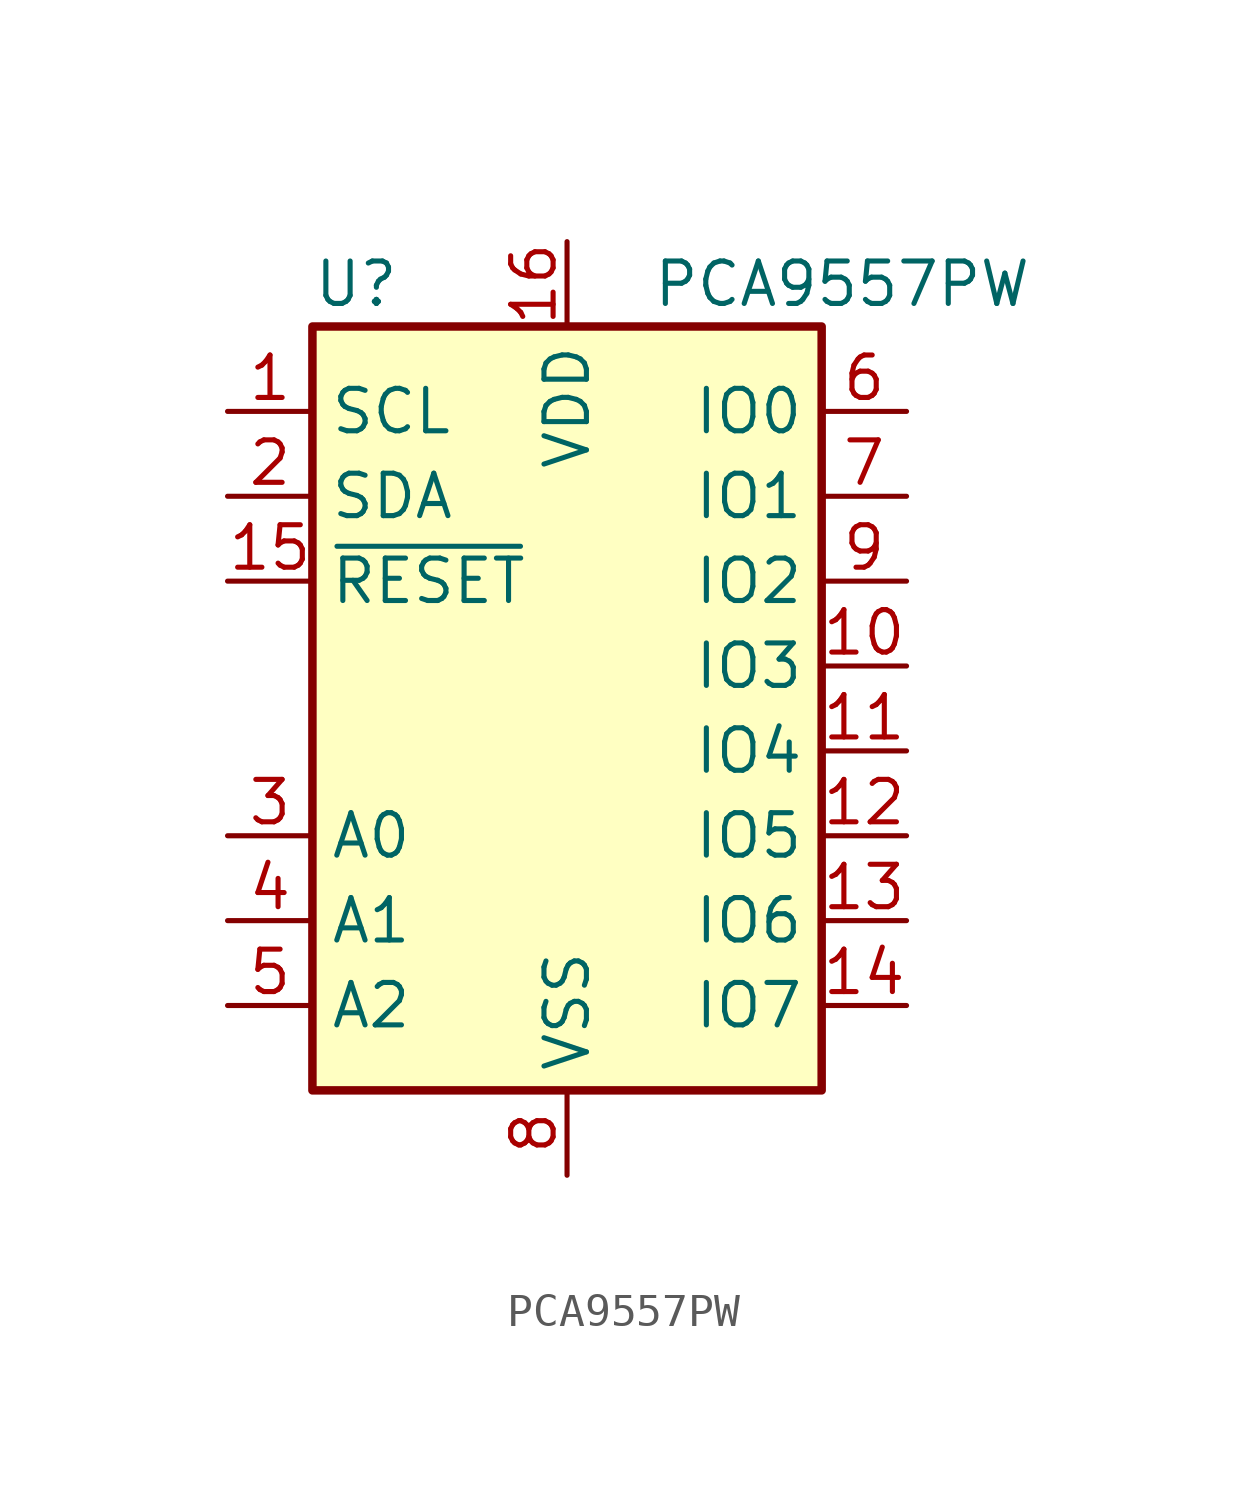
<source format=kicad_sym>
(kicad_symbol_lib
  (version 20220914)
  (generator kicad_symbol_editor)
  (symbol "PCA9557PW"
    (property "Reference" "U"
      (at -7.62 11.43 0)
      (effects (font (size 1.27 1.27)) (justify left)))
    (property "Value" "PCA9557PW"
      (at 2.54 11.43 0)
      (effects (font (size 1.27 1.27)) (justify left)))
    (symbol "PCA9557PW_0_1"
      (rectangle (start -7.62 -12.7) (end 7.62 10.16) (stroke (width 0.254) (type default)) (fill (type background))))
    (symbol "PCA9557PW_1_1"
      (pin input line (at -10.16 7.62 0) (length 2.54) (name "SCL" (effects (font (size 1.27 1.27)))) (number "1" (effects (font (size 1.27 1.27)))))
      (pin bidirectional line (at 10.16 0 180) (length 2.54) (name "IO3" (effects (font (size 1.27 1.27)))) (number "10" (effects (font (size 1.27 1.27)))))
      (pin bidirectional line (at 10.16 -2.54 180) (length 2.54) (name "IO4" (effects (font (size 1.27 1.27)))) (number "11" (effects (font (size 1.27 1.27)))))
      (pin bidirectional line (at 10.16 -5.08 180) (length 2.54) (name "IO5" (effects (font (size 1.27 1.27)))) (number "12" (effects (font (size 1.27 1.27)))))
      (pin bidirectional line (at 10.16 -7.62 180) (length 2.54) (name "IO6" (effects (font (size 1.27 1.27)))) (number "13" (effects (font (size 1.27 1.27)))))
      (pin bidirectional line (at 10.16 -10.16 180) (length 2.54) (name "IO7" (effects (font (size 1.27 1.27)))) (number "14" (effects (font (size 1.27 1.27)))))
      (pin input line (at -10.16 2.54 0) (length 2.54) (name "~{RESET}" (effects (font (size 1.27 1.27)))) (number "15" (effects (font (size 1.27 1.27)))))
      (pin passive line (at 0 12.7 270) (length 2.54) (name "VDD" (effects (font (size 1.27 1.27)))) (number "16" (effects (font (size 1.27 1.27)))))
      (pin bidirectional line (at -10.16 5.08 0) (length 2.54) (name "SDA" (effects (font (size 1.27 1.27)))) (number "2" (effects (font (size 1.27 1.27)))))
      (pin input line (at -10.16 -5.08 0) (length 2.54) (name "A0" (effects (font (size 1.27 1.27)))) (number "3" (effects (font (size 1.27 1.27)))))
      (pin input line (at -10.16 -7.62 0) (length 2.54) (name "A1" (effects (font (size 1.27 1.27)))) (number "4" (effects (font (size 1.27 1.27)))))
      (pin input line (at -10.16 -10.16 0) (length 2.54) (name "A2" (effects (font (size 1.27 1.27)))) (number "5" (effects (font (size 1.27 1.27)))))
      (pin bidirectional line (at 10.16 7.62 180) (length 2.54) (name "IO0" (effects (font (size 1.27 1.27)))) (number "6" (effects (font (size 1.27 1.27)))))
      (pin bidirectional line (at 10.16 5.08 180) (length 2.54) (name "IO1" (effects (font (size 1.27 1.27)))) (number "7" (effects (font (size 1.27 1.27)))))
      (pin passive line (at 0 -15.24 90) (length 2.54) (name "VSS" (effects (font (size 1.27 1.27)))) (number "8" (effects (font (size 1.27 1.27)))))
      (pin bidirectional line (at 10.16 2.54 180) (length 2.54) (name "IO2" (effects (font (size 1.27 1.27)))) (number "9" (effects (font (size 1.27 1.27))))))))
</source>
